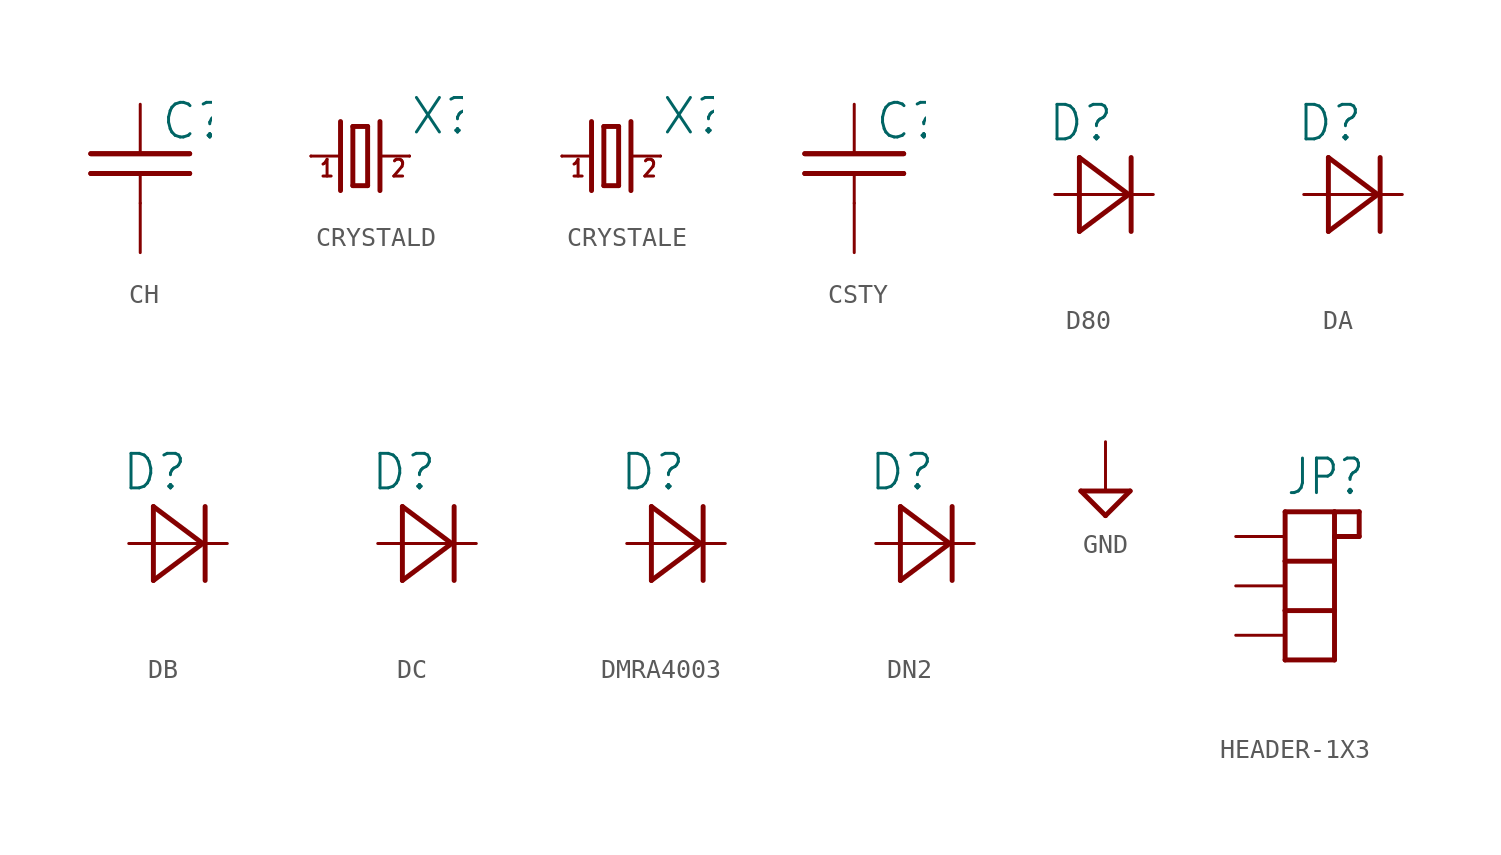
<source format=kicad_sym>
(kicad_symbol_lib
  (version 20231120)
  (generator "kicad_symbol_editor")
  (generator_version "8.0")
  (symbol "CH"
    (property "Reference" "C"
      (at 1.016 0.635 0)
      (effects (font (size 1.778 1.778)) (justify left bottom)))
    (property "Value" ""
      (at 1.016 -4.191 0)
      (effects (font (size 1.778 1.778)) (justify left bottom)))
    (property "ki_locked" ""
      (at 0 0 0)
      (effects (font (size 1.27 1.27))))
    (symbol "CH_1_0"
      (polyline (pts (xy -2.54 -1.016) (xy 2.54 -1.016)) (stroke (width 0.254) (type solid)) (fill (type none)))
      (polyline (pts (xy -2.54 -1.016) (xy 2.54 -1.016)) (stroke (width 0.254) (type solid)) (fill (type none)))
      (polyline (pts (xy -2.54 0) (xy 2.54 0)) (stroke (width 0.254) (type solid)) (fill (type none)))
      (polyline (pts (xy -2.54 0) (xy 2.54 0)) (stroke (width 0.254) (type solid)) (fill (type none)))
      (polyline (pts (xy 0 -1.016) (xy 0 -2.54)) (stroke (width 0.152) (type solid)) (fill (type none)))
      (pin passive line (at 0 2.54 270) (length 2.54) (name "1" (effects (font (size 0 0)))) (number "1" (effects (font (size 0 0)))))
      (pin passive line (at 0 -5.08 90) (length 2.54) (name "2" (effects (font (size 0 0)))) (number "2" (effects (font (size 0 0)))))))
  (symbol "CRYSTALD"
    (property "Reference" "X"
      (at 2.54 1.016 0)
      (effects (font (size 1.778 1.778)) (justify left bottom)))
    (property "Value" ""
      (at 2.54 -2.54 0)
      (effects (font (size 1.778 1.778)) (justify left bottom)))
    (property "ki_locked" ""
      (at 0 0 0)
      (effects (font (size 1.27 1.27))))
    (symbol "CRYSTALD_1_0"
      (polyline (pts (xy -2.54 0) (xy -1.016 0)) (stroke (width 0.152) (type solid)) (fill (type none)))
      (polyline (pts (xy -1.016 1.778) (xy -1.016 -1.778)) (stroke (width 0.254) (type solid)) (fill (type none)))
      (polyline (pts (xy -0.381 -1.524) (xy 0.381 -1.524)) (stroke (width 0.254) (type solid)) (fill (type none)))
      (polyline (pts (xy -0.381 1.524) (xy -0.381 -1.524)) (stroke (width 0.254) (type solid)) (fill (type none)))
      (polyline (pts (xy 0.381 -1.524) (xy 0.381 1.524)) (stroke (width 0.254) (type solid)) (fill (type none)))
      (polyline (pts (xy 0.381 1.524) (xy -0.381 1.524)) (stroke (width 0.254) (type solid)) (fill (type none)))
      (polyline (pts (xy 1.016 0) (xy 2.54 0)) (stroke (width 0.152) (type solid)) (fill (type none)))
      (polyline (pts (xy 1.016 1.778) (xy 1.016 -1.778)) (stroke (width 0.254) (type solid)) (fill (type none)))
      (text "1" (at -2.159 -1.143 0) (effects (font (size 0.864 0.734)) (justify left bottom)))
      (text "2" (at 1.524 -1.143 0) (effects (font (size 0.864 0.734)) (justify left bottom)))
      (pin passive line (at -2.54 0 0) (length 0) (name "1" (effects (font (size 0 0)))) (number "1" (effects (font (size 0 0)))))
      (pin passive line (at 2.54 0 180) (length 0) (name "2" (effects (font (size 0 0)))) (number "2" (effects (font (size 0 0)))))))
  (symbol "CRYSTALE"
    (property "Reference" "X"
      (at 2.54 1.016 0)
      (effects (font (size 1.778 1.778)) (justify left bottom)))
    (property "Value" ""
      (at 2.54 -2.54 0)
      (effects (font (size 1.778 1.778)) (justify left bottom)))
    (property "ki_locked" ""
      (at 0 0 0)
      (effects (font (size 1.27 1.27))))
    (symbol "CRYSTALE_1_0"
      (polyline (pts (xy -2.54 0) (xy -1.016 0)) (stroke (width 0.152) (type solid)) (fill (type none)))
      (polyline (pts (xy -1.016 1.778) (xy -1.016 -1.778)) (stroke (width 0.254) (type solid)) (fill (type none)))
      (polyline (pts (xy -0.381 -1.524) (xy 0.381 -1.524)) (stroke (width 0.254) (type solid)) (fill (type none)))
      (polyline (pts (xy -0.381 1.524) (xy -0.381 -1.524)) (stroke (width 0.254) (type solid)) (fill (type none)))
      (polyline (pts (xy 0.381 -1.524) (xy 0.381 1.524)) (stroke (width 0.254) (type solid)) (fill (type none)))
      (polyline (pts (xy 0.381 1.524) (xy -0.381 1.524)) (stroke (width 0.254) (type solid)) (fill (type none)))
      (polyline (pts (xy 1.016 0) (xy 2.54 0)) (stroke (width 0.152) (type solid)) (fill (type none)))
      (polyline (pts (xy 1.016 1.778) (xy 1.016 -1.778)) (stroke (width 0.254) (type solid)) (fill (type none)))
      (text "1" (at -2.159 -1.143 0) (effects (font (size 0.864 0.734)) (justify left bottom)))
      (text "2" (at 1.524 -1.143 0) (effects (font (size 0.864 0.734)) (justify left bottom)))
      (pin passive line (at -2.54 0 0) (length 0) (name "1" (effects (font (size 0 0)))) (number "1" (effects (font (size 0 0)))))
      (pin passive line (at 2.54 0 180) (length 0) (name "2" (effects (font (size 0 0)))) (number "3" (effects (font (size 0 0)))))))
  (symbol "CSTY"
    (property "Reference" "C"
      (at 1.016 0.635 0)
      (effects (font (size 1.778 1.778)) (justify left bottom)))
    (property "Value" ""
      (at 1.016 -4.191 0)
      (effects (font (size 1.778 1.778)) (justify left bottom)))
    (property "ki_locked" ""
      (at 0 0 0)
      (effects (font (size 1.27 1.27))))
    (symbol "CSTY_1_0"
      (polyline (pts (xy -2.54 -1.016) (xy 2.54 -1.016)) (stroke (width 0.254) (type solid)) (fill (type none)))
      (polyline (pts (xy -2.54 -1.016) (xy 2.54 -1.016)) (stroke (width 0.254) (type solid)) (fill (type none)))
      (polyline (pts (xy -2.54 0) (xy 2.54 0)) (stroke (width 0.254) (type solid)) (fill (type none)))
      (polyline (pts (xy -2.54 0) (xy 2.54 0)) (stroke (width 0.254) (type solid)) (fill (type none)))
      (polyline (pts (xy 0 -1.016) (xy 0 -2.54)) (stroke (width 0.152) (type solid)) (fill (type none)))
      (pin passive line (at 0 2.54 270) (length 2.54) (name "1" (effects (font (size 0 0)))) (number "P$1" (effects (font (size 0 0)))))
      (pin passive line (at 0 -5.08 90) (length 2.54) (name "2" (effects (font (size 0 0)))) (number "P$2" (effects (font (size 0 0)))))))
  (symbol "D80"
    (property "Reference" "D"
      (at -2.946 2.642 0)
      (effects (font (size 1.778 1.778)) (justify left bottom)))
    (property "Value" ""
      (at -4.47 -4.496 0)
      (effects (font (size 1.778 1.778)) (justify left bottom)))
    (property "ki_locked" ""
      (at 0 0 0)
      (effects (font (size 1.27 1.27))))
    (symbol "D80_1_0"
      (polyline (pts (xy -1.27 -1.905) (xy 1.27 0)) (stroke (width 0.254) (type solid)) (fill (type none)))
      (polyline (pts (xy -1.27 1.905) (xy -1.27 -1.905)) (stroke (width 0.254) (type solid)) (fill (type none)))
      (polyline (pts (xy 1.27 0) (xy -1.27 1.905)) (stroke (width 0.254) (type solid)) (fill (type none)))
      (polyline (pts (xy 1.397 1.905) (xy 1.397 -1.905)) (stroke (width 0.254) (type solid)) (fill (type none)))
      (pin passive line (at -2.54 0 0) (length 2.54) (name "A" (effects (font (size 0 0)))) (number "A" (effects (font (size 0 0)))))
      (pin passive line (at 2.54 0 180) (length 2.54) (name "C" (effects (font (size 0 0)))) (number "C" (effects (font (size 0 0)))))))
  (symbol "DA"
    (property "Reference" "D"
      (at -2.946 2.642 0)
      (effects (font (size 1.778 1.778)) (justify left bottom)))
    (property "Value" ""
      (at -4.47 -4.496 0)
      (effects (font (size 1.778 1.778)) (justify left bottom)))
    (property "ki_locked" ""
      (at 0 0 0)
      (effects (font (size 1.27 1.27))))
    (symbol "DA_1_0"
      (polyline (pts (xy -1.27 -1.905) (xy 1.27 0)) (stroke (width 0.254) (type solid)) (fill (type none)))
      (polyline (pts (xy -1.27 1.905) (xy -1.27 -1.905)) (stroke (width 0.254) (type solid)) (fill (type none)))
      (polyline (pts (xy 1.27 0) (xy -1.27 1.905)) (stroke (width 0.254) (type solid)) (fill (type none)))
      (polyline (pts (xy 1.397 1.905) (xy 1.397 -1.905)) (stroke (width 0.254) (type solid)) (fill (type none)))
      (pin passive line (at -2.54 0 0) (length 2.54) (name "A" (effects (font (size 0 0)))) (number "A" (effects (font (size 0 0)))))
      (pin passive line (at 2.54 0 180) (length 2.54) (name "C" (effects (font (size 0 0)))) (number "K" (effects (font (size 0 0)))))))
  (symbol "DB"
    (property "Reference" "D"
      (at -2.946 2.642 0)
      (effects (font (size 1.778 1.778)) (justify left bottom)))
    (property "Value" ""
      (at -4.47 -4.496 0)
      (effects (font (size 1.778 1.778)) (justify left bottom)))
    (property "ki_locked" ""
      (at 0 0 0)
      (effects (font (size 1.27 1.27))))
    (symbol "DB_1_0"
      (polyline (pts (xy -1.27 -1.905) (xy 1.27 0)) (stroke (width 0.254) (type solid)) (fill (type none)))
      (polyline (pts (xy -1.27 1.905) (xy -1.27 -1.905)) (stroke (width 0.254) (type solid)) (fill (type none)))
      (polyline (pts (xy 1.27 0) (xy -1.27 1.905)) (stroke (width 0.254) (type solid)) (fill (type none)))
      (polyline (pts (xy 1.397 1.905) (xy 1.397 -1.905)) (stroke (width 0.254) (type solid)) (fill (type none)))
      (pin passive line (at -2.54 0 0) (length 2.54) (name "A" (effects (font (size 0 0)))) (number "A" (effects (font (size 0 0)))))
      (pin passive line (at 2.54 0 180) (length 2.54) (name "C" (effects (font (size 0 0)))) (number "C" (effects (font (size 0 0)))))))
  (symbol "DC"
    (property "Reference" "D"
      (at -2.946 2.642 0)
      (effects (font (size 1.778 1.778)) (justify left bottom)))
    (property "Value" ""
      (at -4.47 -4.496 0)
      (effects (font (size 1.778 1.778)) (justify left bottom)))
    (property "ki_locked" ""
      (at 0 0 0)
      (effects (font (size 1.27 1.27))))
    (symbol "DC_1_0"
      (polyline (pts (xy -1.27 -1.905) (xy 1.27 0)) (stroke (width 0.254) (type solid)) (fill (type none)))
      (polyline (pts (xy -1.27 1.905) (xy -1.27 -1.905)) (stroke (width 0.254) (type solid)) (fill (type none)))
      (polyline (pts (xy 1.27 0) (xy -1.27 1.905)) (stroke (width 0.254) (type solid)) (fill (type none)))
      (polyline (pts (xy 1.397 1.905) (xy 1.397 -1.905)) (stroke (width 0.254) (type solid)) (fill (type none)))
      (pin passive line (at -2.54 0 0) (length 2.54) (name "A" (effects (font (size 0 0)))) (number "A" (effects (font (size 0 0)))))
      (pin passive line (at 2.54 0 180) (length 2.54) (name "C" (effects (font (size 0 0)))) (number "C" (effects (font (size 0 0)))))))
  (symbol "DMRA4003"
    (property "Reference" "D"
      (at -2.946 2.642 0)
      (effects (font (size 1.778 1.778)) (justify left bottom)))
    (property "Value" ""
      (at -4.47 -4.496 0)
      (effects (font (size 1.778 1.778)) (justify left bottom)))
    (property "ki_locked" ""
      (at 0 0 0)
      (effects (font (size 1.27 1.27))))
    (symbol "DMRA4003_1_0"
      (polyline (pts (xy -1.27 -1.905) (xy 1.27 0)) (stroke (width 0.254) (type solid)) (fill (type none)))
      (polyline (pts (xy -1.27 1.905) (xy -1.27 -1.905)) (stroke (width 0.254) (type solid)) (fill (type none)))
      (polyline (pts (xy 1.27 0) (xy -1.27 1.905)) (stroke (width 0.254) (type solid)) (fill (type none)))
      (polyline (pts (xy 1.397 1.905) (xy 1.397 -1.905)) (stroke (width 0.254) (type solid)) (fill (type none)))
      (pin passive line (at -2.54 0 0) (length 2.54) (name "A" (effects (font (size 0 0)))) (number "A" (effects (font (size 0 0)))))
      (pin passive line (at 2.54 0 180) (length 2.54) (name "C" (effects (font (size 0 0)))) (number "K" (effects (font (size 0 0)))))))
  (symbol "DN2"
    (property "Reference" "D"
      (at -2.946 2.642 0)
      (effects (font (size 1.778 1.778)) (justify left bottom)))
    (property "Value" ""
      (at -4.47 -4.496 0)
      (effects (font (size 1.778 1.778)) (justify left bottom)))
    (property "ki_locked" ""
      (at 0 0 0)
      (effects (font (size 1.27 1.27))))
    (symbol "DN2_1_0"
      (polyline (pts (xy -1.27 -1.905) (xy 1.27 0)) (stroke (width 0.254) (type solid)) (fill (type none)))
      (polyline (pts (xy -1.27 1.905) (xy -1.27 -1.905)) (stroke (width 0.254) (type solid)) (fill (type none)))
      (polyline (pts (xy 1.27 0) (xy -1.27 1.905)) (stroke (width 0.254) (type solid)) (fill (type none)))
      (polyline (pts (xy 1.397 1.905) (xy 1.397 -1.905)) (stroke (width 0.254) (type solid)) (fill (type none)))
      (pin passive line (at -2.54 0 0) (length 2.54) (name "A" (effects (font (size 0 0)))) (number "A" (effects (font (size 0 0)))))
      (pin passive line (at 2.54 0 180) (length 2.54) (name "C" (effects (font (size 0 0)))) (number "C" (effects (font (size 0 0)))))))
  (symbol "GND"
    (power)
    (property "Reference" "#GND"
      (at 0 0 0)
      (effects (font (size 1.27 1.27)) (hide yes)))
    (property "ki_locked" ""
      (at 0 0 0)
      (effects (font (size 1.27 1.27))))
    (symbol "GND_1_0"
      (polyline (pts (xy -1.27 0) (xy 0 -1.27)) (stroke (width 0.254) (type solid)) (fill (type none)))
      (polyline (pts (xy 0 -1.27) (xy 1.27 0)) (stroke (width 0.254) (type solid)) (fill (type none)))
      (polyline (pts (xy 1.27 0) (xy -1.27 0)) (stroke (width 0.254) (type solid)) (fill (type none)))
      (pin power_in line (at 0 2.54 270) (length 2.54) (name "GND" (effects (font (size 0 0)))) (number "1" (effects (font (size 0 0)))))))
  (symbol "HEADER-1X3"
    (property "Reference" "JP"
      (at 0 7.112 0)
      (effects (font (size 1.778 1.511)) (justify left bottom)))
    (property "Value" ""
      (at 0 -3.556 0)
      (effects (font (size 1.778 1.511)) (justify left bottom)))
    (property "ki_locked" ""
      (at 0 0 0)
      (effects (font (size 1.27 1.27))))
    (symbol "HEADER-1X3_1_0"
      (polyline (pts (xy 0 -1.27) (xy 0 1.27)) (stroke (width 0.254) (type solid)) (fill (type none)))
      (polyline (pts (xy 0 1.27) (xy 2.54 1.27)) (stroke (width 0.254) (type solid)) (fill (type none)))
      (polyline (pts (xy 0 3.81) (xy 0 1.27)) (stroke (width 0.254) (type solid)) (fill (type none)))
      (polyline (pts (xy 0 6.35) (xy 0 3.81)) (stroke (width 0.254) (type solid)) (fill (type none)))
      (polyline (pts (xy 2.54 -1.27) (xy 0 -1.27)) (stroke (width 0.254) (type solid)) (fill (type none)))
      (polyline (pts (xy 2.54 1.27) (xy 2.54 -1.27)) (stroke (width 0.254) (type solid)) (fill (type none)))
      (polyline (pts (xy 2.54 3.81) (xy 0 3.81)) (stroke (width 0.254) (type solid)) (fill (type none)))
      (polyline (pts (xy 2.54 3.81) (xy 2.54 1.27)) (stroke (width 0.254) (type solid)) (fill (type none)))
      (polyline (pts (xy 2.54 5.08) (xy 2.54 3.81)) (stroke (width 0.254) (type solid)) (fill (type none)))
      (polyline (pts (xy 2.54 6.35) (xy 0 6.35)) (stroke (width 0.254) (type solid)) (fill (type none)))
      (polyline (pts (xy 2.54 6.35) (xy 2.54 5.08)) (stroke (width 0.254) (type solid)) (fill (type none)))
      (polyline (pts (xy 2.54 6.35) (xy 3.81 6.35)) (stroke (width 0.254) (type solid)) (fill (type none)))
      (polyline (pts (xy 3.81 5.08) (xy 2.54 5.08)) (stroke (width 0.254) (type solid)) (fill (type none)))
      (polyline (pts (xy 3.81 6.35) (xy 3.81 5.08)) (stroke (width 0.254) (type solid)) (fill (type none)))
      (pin bidirectional line (at -2.54 5.08 0) (length 2.54) (name "P$1" (effects (font (size 0 0)))) (number "P$1" (effects (font (size 0 0)))))
      (pin bidirectional line (at -2.54 2.54 0) (length 2.54) (name "P$2" (effects (font (size 0 0)))) (number "P$2" (effects (font (size 0 0)))))
      (pin bidirectional line (at -2.54 0 0) (length 2.54) (name "P$3" (effects (font (size 0 0)))) (number "P$3" (effects (font (size 0 0))))))))
</source>
